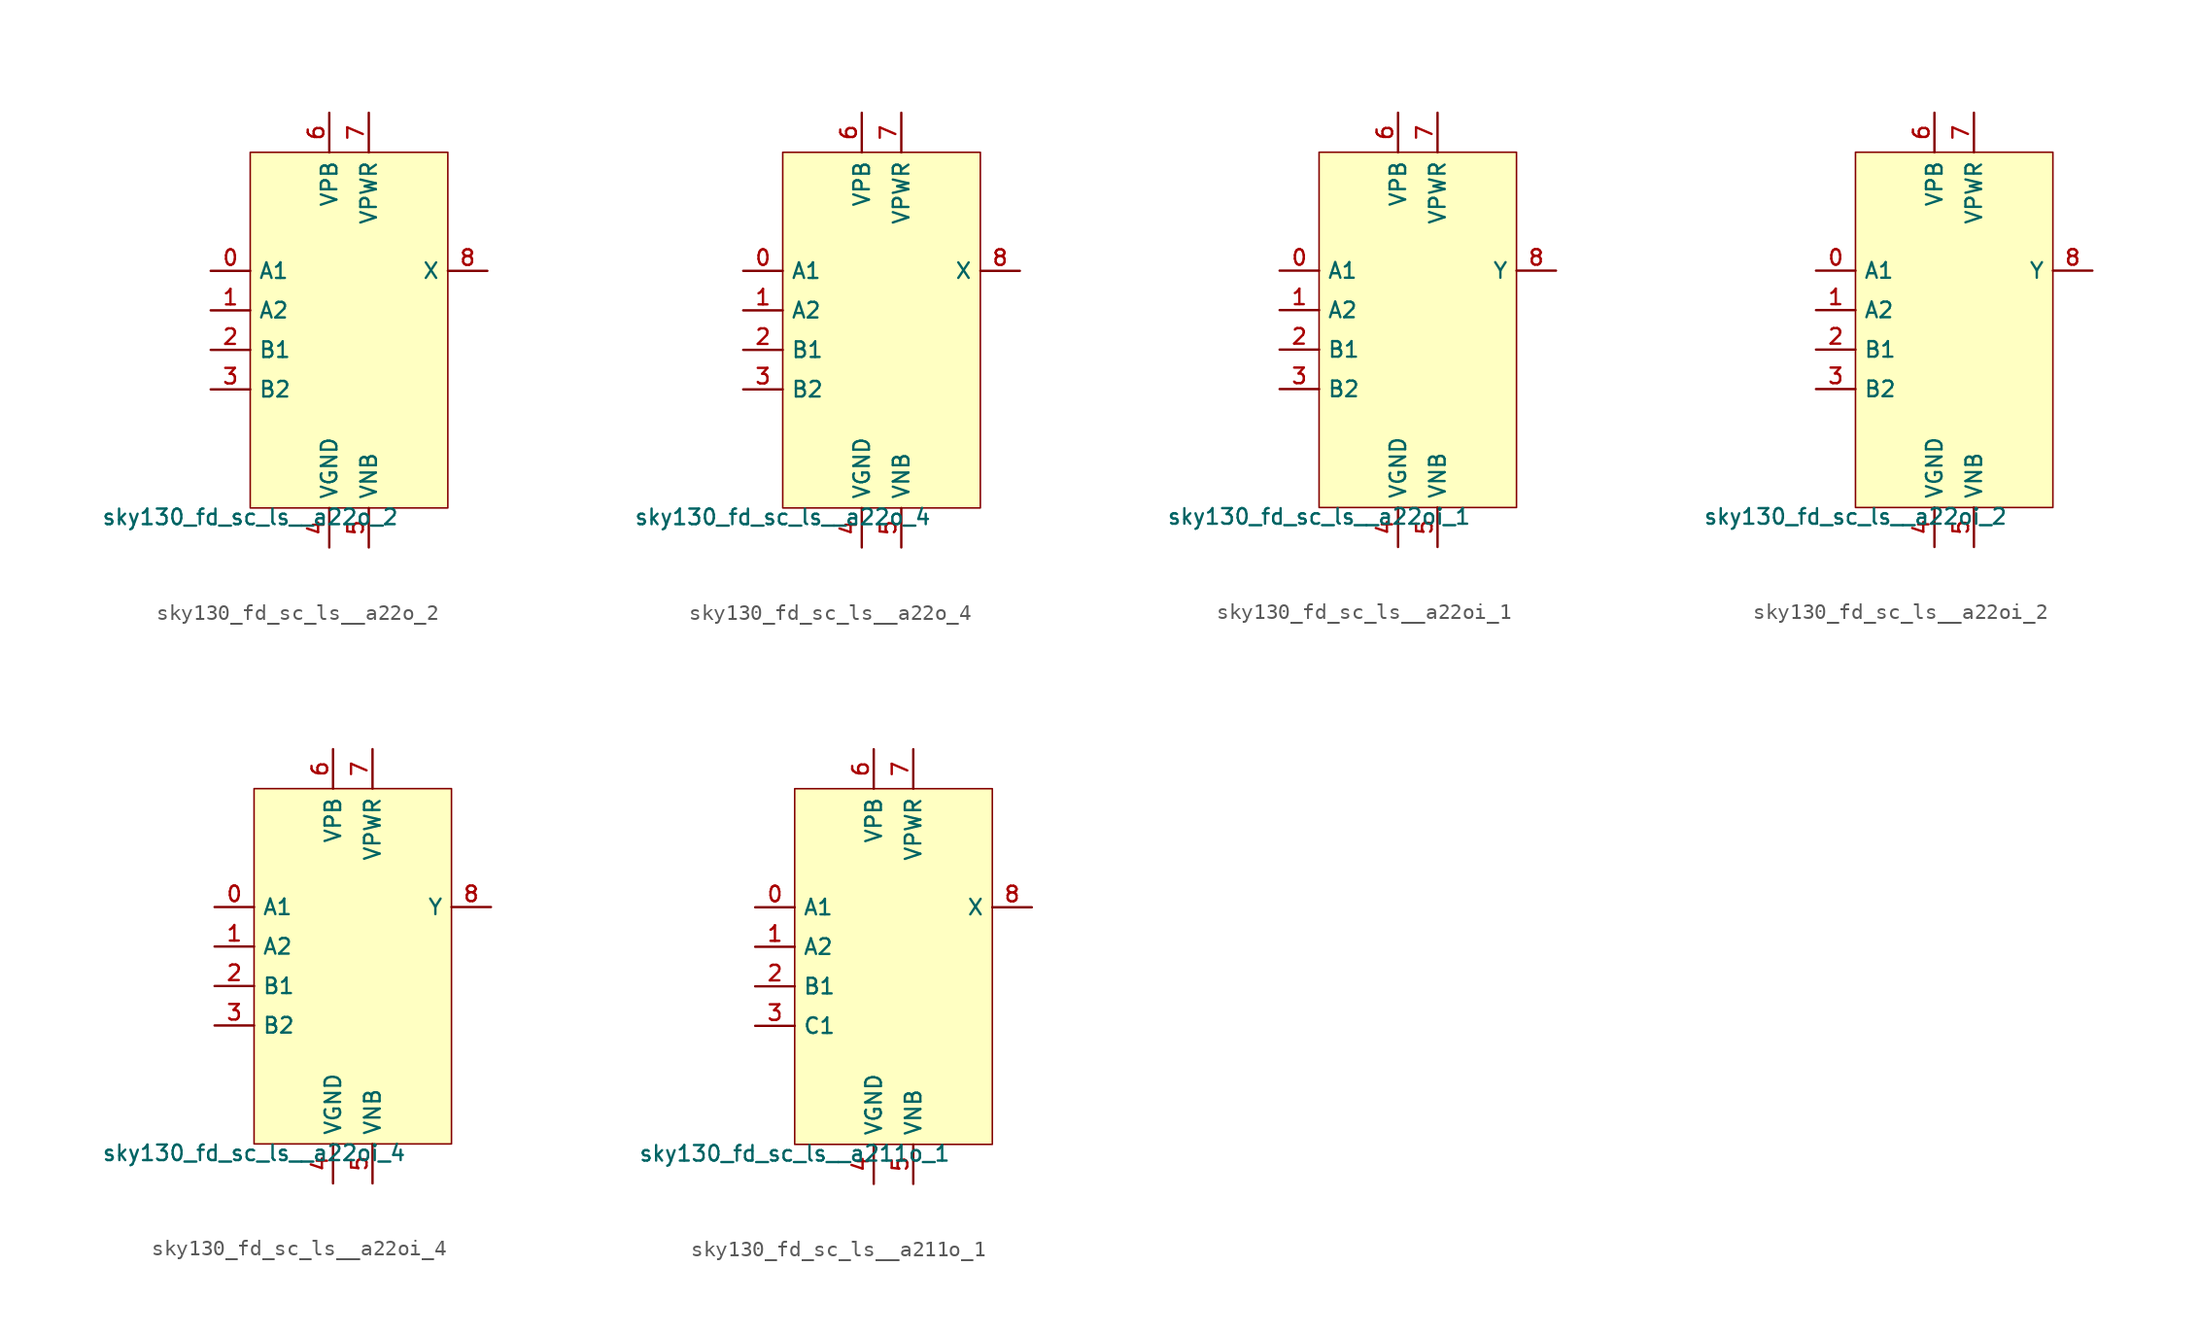
<source format=kicad_sym>
(kicad_symbol_lib
  (version 20211014)
  (generator lef2kicad_sym)
  (symbol "sky130_fd_sc_ls__a22o_2"
    (property "Reference" "X"
      (at 0 0 0)
      (effects (font (size 1 1)) hide))
    (property "Value" "sky130_fd_sc_ls__a22o_2"
      (at -6.35 -11.43 0)
      (effects (font (size 1 1)) (justify top)))
    (rectangle
      (start -6.35 -11.43)
      (end 6.35 11.43)
      (stroke (width 0.1) (type solid) (color 0 0 0 0))
      (fill (type background)))
    (pin input line
      (at -8.89 3.81 0)
      (length 2.54)
      (name "A1" (effects (font (size 1 1)) hide))
      (number "0" (effects (font (size 1 1)) hide)))
    (pin input line
      (at -8.89 1.27 0)
      (length 2.54)
      (name "A2" (effects (font (size 1 1)) hide))
      (number "1" (effects (font (size 1 1)) hide)))
    (pin input line
      (at -8.89 -1.27 0)
      (length 2.54)
      (name "B1" (effects (font (size 1 1)) hide))
      (number "2" (effects (font (size 1 1)) hide)))
    (pin input line
      (at -8.89 -3.81 0)
      (length 2.54)
      (name "B2" (effects (font (size 1 1)) hide))
      (number "3" (effects (font (size 1 1)) hide)))
    (pin power_in line
      (at -1.27 -13.97 90)
      (length 2.54)
      (name "VGND" (effects (font (size 1 1)) hide))
      (number "4" (effects (font (size 1 1)) hide)))
    (pin power_in line
      (at 1.27 -13.97 90)
      (length 2.54)
      (name "VNB" (effects (font (size 1 1)) hide))
      (number "5" (effects (font (size 1 1)) hide)))
    (pin power_in line
      (at -1.27 13.97 270)
      (length 2.54)
      (name "VPB" (effects (font (size 1 1)) hide))
      (number "6" (effects (font (size 1 1)) hide)))
    (pin power_in line
      (at 1.27 13.97 270)
      (length 2.54)
      (name "VPWR" (effects (font (size 1 1)) hide))
      (number "7" (effects (font (size 1 1)) hide)))
    (pin output line
      (at 8.89 3.81 180)
      (length 2.54)
      (name "X" (effects (font (size 1 1)) hide))
      (number "8" (effects (font (size 1 1)) hide))))
  (symbol "sky130_fd_sc_ls__a22o_4"
    (property "Reference" "X"
      (at 0 0 0)
      (effects (font (size 1 1)) hide))
    (property "Value" "sky130_fd_sc_ls__a22o_4"
      (at -6.35 -11.43 0)
      (effects (font (size 1 1)) (justify top)))
    (rectangle
      (start -6.35 -11.43)
      (end 6.35 11.43)
      (stroke (width 0.1) (type solid) (color 0 0 0 0))
      (fill (type background)))
    (pin input line
      (at -8.89 3.81 0)
      (length 2.54)
      (name "A1" (effects (font (size 1 1)) hide))
      (number "0" (effects (font (size 1 1)) hide)))
    (pin input line
      (at -8.89 1.27 0)
      (length 2.54)
      (name "A2" (effects (font (size 1 1)) hide))
      (number "1" (effects (font (size 1 1)) hide)))
    (pin input line
      (at -8.89 -1.27 0)
      (length 2.54)
      (name "B1" (effects (font (size 1 1)) hide))
      (number "2" (effects (font (size 1 1)) hide)))
    (pin input line
      (at -8.89 -3.81 0)
      (length 2.54)
      (name "B2" (effects (font (size 1 1)) hide))
      (number "3" (effects (font (size 1 1)) hide)))
    (pin power_in line
      (at -1.27 -13.97 90)
      (length 2.54)
      (name "VGND" (effects (font (size 1 1)) hide))
      (number "4" (effects (font (size 1 1)) hide)))
    (pin power_in line
      (at 1.27 -13.97 90)
      (length 2.54)
      (name "VNB" (effects (font (size 1 1)) hide))
      (number "5" (effects (font (size 1 1)) hide)))
    (pin power_in line
      (at -1.27 13.97 270)
      (length 2.54)
      (name "VPB" (effects (font (size 1 1)) hide))
      (number "6" (effects (font (size 1 1)) hide)))
    (pin power_in line
      (at 1.27 13.97 270)
      (length 2.54)
      (name "VPWR" (effects (font (size 1 1)) hide))
      (number "7" (effects (font (size 1 1)) hide)))
    (pin output line
      (at 8.89 3.81 180)
      (length 2.54)
      (name "X" (effects (font (size 1 1)) hide))
      (number "8" (effects (font (size 1 1)) hide))))
  (symbol "sky130_fd_sc_ls__a22oi_1"
    (property "Reference" "X"
      (at 0 0 0)
      (effects (font (size 1 1)) hide))
    (property "Value" "sky130_fd_sc_ls__a22oi_1"
      (at -6.35 -11.43 0)
      (effects (font (size 1 1)) (justify top)))
    (rectangle
      (start -6.35 -11.43)
      (end 6.35 11.43)
      (stroke (width 0.1) (type solid) (color 0 0 0 0))
      (fill (type background)))
    (pin input line
      (at -8.89 3.81 0)
      (length 2.54)
      (name "A1" (effects (font (size 1 1)) hide))
      (number "0" (effects (font (size 1 1)) hide)))
    (pin input line
      (at -8.89 1.27 0)
      (length 2.54)
      (name "A2" (effects (font (size 1 1)) hide))
      (number "1" (effects (font (size 1 1)) hide)))
    (pin input line
      (at -8.89 -1.27 0)
      (length 2.54)
      (name "B1" (effects (font (size 1 1)) hide))
      (number "2" (effects (font (size 1 1)) hide)))
    (pin input line
      (at -8.89 -3.81 0)
      (length 2.54)
      (name "B2" (effects (font (size 1 1)) hide))
      (number "3" (effects (font (size 1 1)) hide)))
    (pin power_in line
      (at -1.27 -13.97 90)
      (length 2.54)
      (name "VGND" (effects (font (size 1 1)) hide))
      (number "4" (effects (font (size 1 1)) hide)))
    (pin power_in line
      (at 1.27 -13.97 90)
      (length 2.54)
      (name "VNB" (effects (font (size 1 1)) hide))
      (number "5" (effects (font (size 1 1)) hide)))
    (pin power_in line
      (at -1.27 13.97 270)
      (length 2.54)
      (name "VPB" (effects (font (size 1 1)) hide))
      (number "6" (effects (font (size 1 1)) hide)))
    (pin power_in line
      (at 1.27 13.97 270)
      (length 2.54)
      (name "VPWR" (effects (font (size 1 1)) hide))
      (number "7" (effects (font (size 1 1)) hide)))
    (pin output line
      (at 8.89 3.81 180)
      (length 2.54)
      (name "Y" (effects (font (size 1 1)) hide))
      (number "8" (effects (font (size 1 1)) hide))))
  (symbol "sky130_fd_sc_ls__a22oi_2"
    (property "Reference" "X"
      (at 0 0 0)
      (effects (font (size 1 1)) hide))
    (property "Value" "sky130_fd_sc_ls__a22oi_2"
      (at -6.35 -11.43 0)
      (effects (font (size 1 1)) (justify top)))
    (rectangle
      (start -6.35 -11.43)
      (end 6.35 11.43)
      (stroke (width 0.1) (type solid) (color 0 0 0 0))
      (fill (type background)))
    (pin input line
      (at -8.89 3.81 0)
      (length 2.54)
      (name "A1" (effects (font (size 1 1)) hide))
      (number "0" (effects (font (size 1 1)) hide)))
    (pin input line
      (at -8.89 1.27 0)
      (length 2.54)
      (name "A2" (effects (font (size 1 1)) hide))
      (number "1" (effects (font (size 1 1)) hide)))
    (pin input line
      (at -8.89 -1.27 0)
      (length 2.54)
      (name "B1" (effects (font (size 1 1)) hide))
      (number "2" (effects (font (size 1 1)) hide)))
    (pin input line
      (at -8.89 -3.81 0)
      (length 2.54)
      (name "B2" (effects (font (size 1 1)) hide))
      (number "3" (effects (font (size 1 1)) hide)))
    (pin power_in line
      (at -1.27 -13.97 90)
      (length 2.54)
      (name "VGND" (effects (font (size 1 1)) hide))
      (number "4" (effects (font (size 1 1)) hide)))
    (pin power_in line
      (at 1.27 -13.97 90)
      (length 2.54)
      (name "VNB" (effects (font (size 1 1)) hide))
      (number "5" (effects (font (size 1 1)) hide)))
    (pin power_in line
      (at -1.27 13.97 270)
      (length 2.54)
      (name "VPB" (effects (font (size 1 1)) hide))
      (number "6" (effects (font (size 1 1)) hide)))
    (pin power_in line
      (at 1.27 13.97 270)
      (length 2.54)
      (name "VPWR" (effects (font (size 1 1)) hide))
      (number "7" (effects (font (size 1 1)) hide)))
    (pin output line
      (at 8.89 3.81 180)
      (length 2.54)
      (name "Y" (effects (font (size 1 1)) hide))
      (number "8" (effects (font (size 1 1)) hide))))
  (symbol "sky130_fd_sc_ls__a22oi_4"
    (property "Reference" "X"
      (at 0 0 0)
      (effects (font (size 1 1)) hide))
    (property "Value" "sky130_fd_sc_ls__a22oi_4"
      (at -6.35 -11.43 0)
      (effects (font (size 1 1)) (justify top)))
    (rectangle
      (start -6.35 -11.43)
      (end 6.35 11.43)
      (stroke (width 0.1) (type solid) (color 0 0 0 0))
      (fill (type background)))
    (pin input line
      (at -8.89 3.81 0)
      (length 2.54)
      (name "A1" (effects (font (size 1 1)) hide))
      (number "0" (effects (font (size 1 1)) hide)))
    (pin input line
      (at -8.89 1.27 0)
      (length 2.54)
      (name "A2" (effects (font (size 1 1)) hide))
      (number "1" (effects (font (size 1 1)) hide)))
    (pin input line
      (at -8.89 -1.27 0)
      (length 2.54)
      (name "B1" (effects (font (size 1 1)) hide))
      (number "2" (effects (font (size 1 1)) hide)))
    (pin input line
      (at -8.89 -3.81 0)
      (length 2.54)
      (name "B2" (effects (font (size 1 1)) hide))
      (number "3" (effects (font (size 1 1)) hide)))
    (pin power_in line
      (at -1.27 -13.97 90)
      (length 2.54)
      (name "VGND" (effects (font (size 1 1)) hide))
      (number "4" (effects (font (size 1 1)) hide)))
    (pin power_in line
      (at 1.27 -13.97 90)
      (length 2.54)
      (name "VNB" (effects (font (size 1 1)) hide))
      (number "5" (effects (font (size 1 1)) hide)))
    (pin power_in line
      (at -1.27 13.97 270)
      (length 2.54)
      (name "VPB" (effects (font (size 1 1)) hide))
      (number "6" (effects (font (size 1 1)) hide)))
    (pin power_in line
      (at 1.27 13.97 270)
      (length 2.54)
      (name "VPWR" (effects (font (size 1 1)) hide))
      (number "7" (effects (font (size 1 1)) hide)))
    (pin output line
      (at 8.89 3.81 180)
      (length 2.54)
      (name "Y" (effects (font (size 1 1)) hide))
      (number "8" (effects (font (size 1 1)) hide))))
  (symbol "sky130_fd_sc_ls__a211o_1"
    (property "Reference" "X"
      (at 0 0 0)
      (effects (font (size 1 1)) hide))
    (property "Value" "sky130_fd_sc_ls__a211o_1"
      (at -6.35 -11.43 0)
      (effects (font (size 1 1)) (justify top)))
    (rectangle
      (start -6.35 -11.43)
      (end 6.35 11.43)
      (stroke (width 0.1) (type solid) (color 0 0 0 0))
      (fill (type background)))
    (pin input line
      (at -8.89 3.81 0)
      (length 2.54)
      (name "A1" (effects (font (size 1 1)) hide))
      (number "0" (effects (font (size 1 1)) hide)))
    (pin input line
      (at -8.89 1.27 0)
      (length 2.54)
      (name "A2" (effects (font (size 1 1)) hide))
      (number "1" (effects (font (size 1 1)) hide)))
    (pin input line
      (at -8.89 -1.27 0)
      (length 2.54)
      (name "B1" (effects (font (size 1 1)) hide))
      (number "2" (effects (font (size 1 1)) hide)))
    (pin input line
      (at -8.89 -3.81 0)
      (length 2.54)
      (name "C1" (effects (font (size 1 1)) hide))
      (number "3" (effects (font (size 1 1)) hide)))
    (pin power_in line
      (at -1.27 -13.97 90)
      (length 2.54)
      (name "VGND" (effects (font (size 1 1)) hide))
      (number "4" (effects (font (size 1 1)) hide)))
    (pin power_in line
      (at 1.27 -13.97 90)
      (length 2.54)
      (name "VNB" (effects (font (size 1 1)) hide))
      (number "5" (effects (font (size 1 1)) hide)))
    (pin power_in line
      (at -1.27 13.97 270)
      (length 2.54)
      (name "VPB" (effects (font (size 1 1)) hide))
      (number "6" (effects (font (size 1 1)) hide)))
    (pin power_in line
      (at 1.27 13.97 270)
      (length 2.54)
      (name "VPWR" (effects (font (size 1 1)) hide))
      (number "7" (effects (font (size 1 1)) hide)))
    (pin output line
      (at 8.89 3.81 180)
      (length 2.54)
      (name "X" (effects (font (size 1 1)) hide))
      (number "8" (effects (font (size 1 1)) hide)))))
</source>
